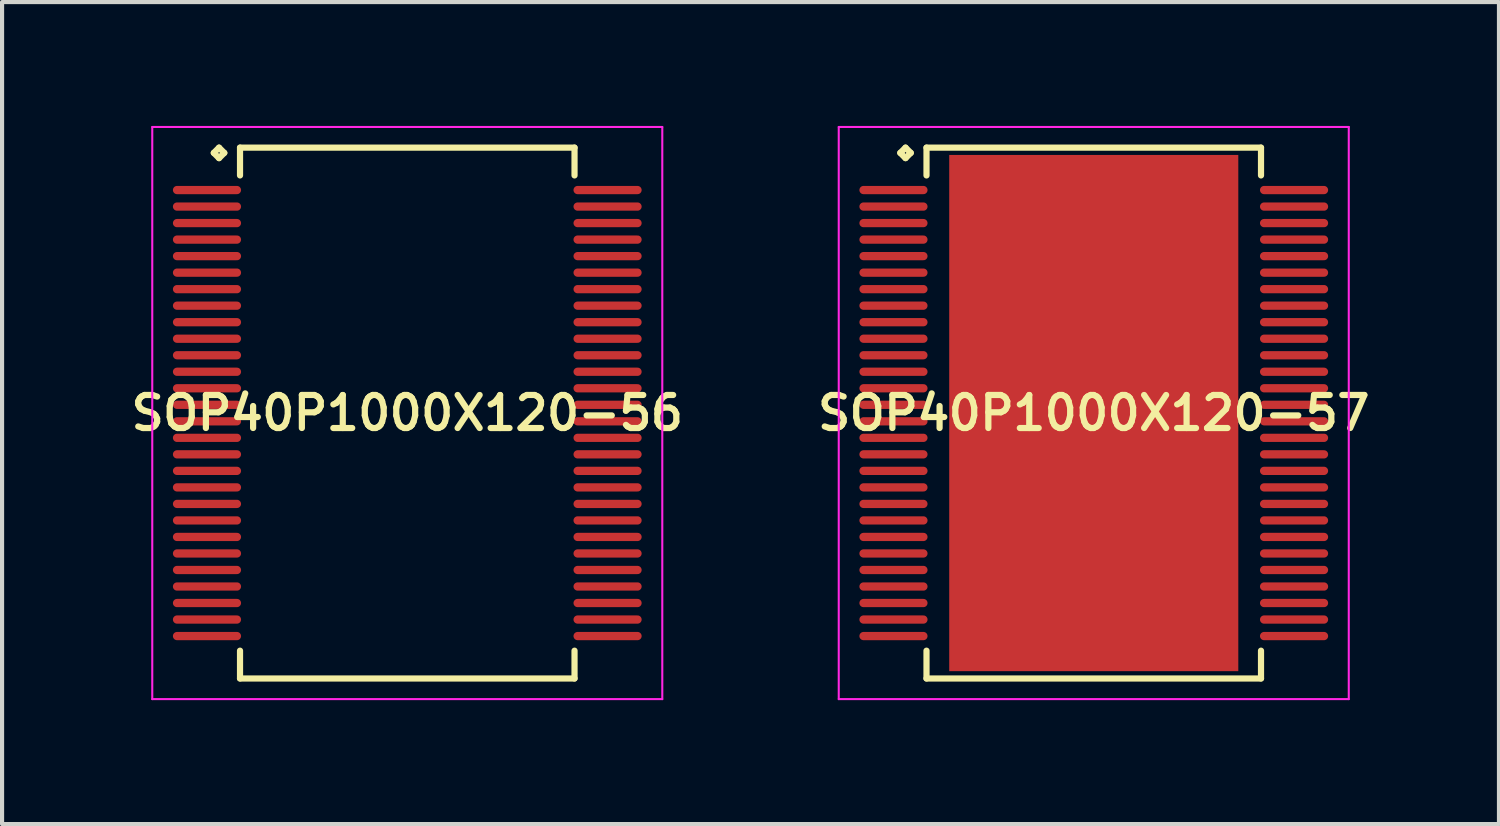
<source format=kicad_pcb>
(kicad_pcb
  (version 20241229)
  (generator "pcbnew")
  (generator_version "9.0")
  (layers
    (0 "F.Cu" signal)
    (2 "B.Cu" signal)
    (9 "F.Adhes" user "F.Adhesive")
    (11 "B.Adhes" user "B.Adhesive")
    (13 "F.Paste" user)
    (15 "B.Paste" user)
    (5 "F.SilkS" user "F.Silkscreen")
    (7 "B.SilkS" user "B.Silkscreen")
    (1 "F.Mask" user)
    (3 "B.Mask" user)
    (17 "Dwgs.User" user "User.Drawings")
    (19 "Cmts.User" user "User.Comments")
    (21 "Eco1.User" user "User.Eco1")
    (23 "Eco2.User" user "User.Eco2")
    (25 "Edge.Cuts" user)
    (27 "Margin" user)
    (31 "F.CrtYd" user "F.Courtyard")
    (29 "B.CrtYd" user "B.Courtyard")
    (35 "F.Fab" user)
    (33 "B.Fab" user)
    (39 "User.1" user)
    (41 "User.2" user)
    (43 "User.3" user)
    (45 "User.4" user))
  (footprint "SOP40P1000X120-56"
    (layer "F.Cu")
    (at 6.812 6.952)
    (property "Reference" "SOP40P1000X120-56" (at 0 0 0) (layer "F.SilkS") (effects (font (size 0.8 0.8) (thickness 0.15))))
    (attr smd)
    (fp_line (start -4.685 -6.3) (end -4.558 -6.427) (stroke (width 0.15) (type solid)) (layer "F.SilkS"))
    (fp_line (start -4.558 -6.427) (end -4.431 -6.3) (stroke (width 0.15) (type solid)) (layer "F.SilkS"))
    (fp_line (start -4.558 -6.173) (end -4.685 -6.3) (stroke (width 0.15) (type solid)) (layer "F.SilkS"))
    (fp_line (start -4.431 -6.3) (end -4.558 -6.173) (stroke (width 0.15) (type solid)) (layer "F.SilkS"))
    (fp_line (start -4.05 -6.427) (end 4.05 -6.427) (stroke (width 0.15) (type solid)) (layer "F.SilkS"))
    (fp_line (start -4.05 -5.754) (end -4.05 -6.427) (stroke (width 0.15) (type solid)) (layer "F.SilkS"))
    (fp_line (start -4.05 5.754) (end -4.05 6.427) (stroke (width 0.15) (type solid)) (layer "F.SilkS"))
    (fp_line (start -4.05 6.427) (end 4.05 6.427) (stroke (width 0.15) (type solid)) (layer "F.SilkS"))
    (fp_line (start 4.05 -6.427) (end 4.05 -5.754) (stroke (width 0.15) (type solid)) (layer "F.SilkS"))
    (fp_line (start 4.05 6.427) (end 4.05 5.754) (stroke (width 0.15) (type solid)) (layer "F.SilkS"))
    (fp_line (start -6.175 -6.927) (end 6.175 -6.927) (stroke (width 0.05) (type solid)) (layer "F.CrtYd"))
    (fp_line (start -6.175 6.927) (end -6.175 -6.927) (stroke (width 0.05) (type solid)) (layer "F.CrtYd"))
    (fp_line (start 6.175 -6.927) (end 6.175 6.927) (stroke (width 0.05) (type solid)) (layer "F.CrtYd"))
    (fp_line (start 6.175 6.927) (end -6.175 6.927) (stroke (width 0.05) (type solid)) (layer "F.CrtYd"))
    (pad "1" smd oval (at -4.85 -5.4) (size 1.65 0.2) (layers "F.Cu" "F.Mask" "F.Paste"))
    (pad "2" smd oval (at -4.85 -5) (size 1.65 0.2) (layers "F.Cu" "F.Mask" "F.Paste"))
    (pad "3" smd oval (at -4.85 -4.6) (size 1.65 0.2) (layers "F.Cu" "F.Mask" "F.Paste"))
    (pad "4" smd oval (at -4.85 -4.2) (size 1.65 0.2) (layers "F.Cu" "F.Mask" "F.Paste"))
    (pad "5" smd oval (at -4.85 -3.8) (size 1.65 0.2) (layers "F.Cu" "F.Mask" "F.Paste"))
    (pad "6" smd oval (at -4.85 -3.4) (size 1.65 0.2) (layers "F.Cu" "F.Mask" "F.Paste"))
    (pad "7" smd oval (at -4.85 -3) (size 1.65 0.2) (layers "F.Cu" "F.Mask" "F.Paste"))
    (pad "8" smd oval (at -4.85 -2.6) (size 1.65 0.2) (layers "F.Cu" "F.Mask" "F.Paste"))
    (pad "9" smd oval (at -4.85 -2.2) (size 1.65 0.2) (layers "F.Cu" "F.Mask" "F.Paste"))
    (pad "10" smd oval (at -4.85 -1.8) (size 1.65 0.2) (layers "F.Cu" "F.Mask" "F.Paste"))
    (pad "11" smd oval (at -4.85 -1.4) (size 1.65 0.2) (layers "F.Cu" "F.Mask" "F.Paste"))
    (pad "12" smd oval (at -4.85 -1) (size 1.65 0.2) (layers "F.Cu" "F.Mask" "F.Paste"))
    (pad "13" smd oval (at -4.85 -0.6) (size 1.65 0.2) (layers "F.Cu" "F.Mask" "F.Paste"))
    (pad "14" smd oval (at -4.85 -0.2) (size 1.65 0.2) (layers "F.Cu" "F.Mask" "F.Paste"))
    (pad "15" smd oval (at -4.85 0.2) (size 1.65 0.2) (layers "F.Cu" "F.Mask" "F.Paste"))
    (pad "16" smd oval (at -4.85 0.6) (size 1.65 0.2) (layers "F.Cu" "F.Mask" "F.Paste"))
    (pad "17" smd oval (at -4.85 1) (size 1.65 0.2) (layers "F.Cu" "F.Mask" "F.Paste"))
    (pad "18" smd oval (at -4.85 1.4) (size 1.65 0.2) (layers "F.Cu" "F.Mask" "F.Paste"))
    (pad "19" smd oval (at -4.85 1.8) (size 1.65 0.2) (layers "F.Cu" "F.Mask" "F.Paste"))
    (pad "20" smd oval (at -4.85 2.2) (size 1.65 0.2) (layers "F.Cu" "F.Mask" "F.Paste"))
    (pad "21" smd oval (at -4.85 2.6) (size 1.65 0.2) (layers "F.Cu" "F.Mask" "F.Paste"))
    (pad "22" smd oval (at -4.85 3) (size 1.65 0.2) (layers "F.Cu" "F.Mask" "F.Paste"))
    (pad "23" smd oval (at -4.85 3.4) (size 1.65 0.2) (layers "F.Cu" "F.Mask" "F.Paste"))
    (pad "24" smd oval (at -4.85 3.8) (size 1.65 0.2) (layers "F.Cu" "F.Mask" "F.Paste"))
    (pad "25" smd oval (at -4.85 4.2) (size 1.65 0.2) (layers "F.Cu" "F.Mask" "F.Paste"))
    (pad "26" smd oval (at -4.85 4.6) (size 1.65 0.2) (layers "F.Cu" "F.Mask" "F.Paste"))
    (pad "27" smd oval (at -4.85 5) (size 1.65 0.2) (layers "F.Cu" "F.Mask" "F.Paste"))
    (pad "28" smd oval (at -4.85 5.4) (size 1.65 0.2) (layers "F.Cu" "F.Mask" "F.Paste"))
    (pad "29" smd oval (at 4.85 5.4) (size 1.65 0.2) (layers "F.Cu" "F.Mask" "F.Paste"))
    (pad "30" smd oval (at 4.85 5) (size 1.65 0.2) (layers "F.Cu" "F.Mask" "F.Paste"))
    (pad "31" smd oval (at 4.85 4.6) (size 1.65 0.2) (layers "F.Cu" "F.Mask" "F.Paste"))
    (pad "32" smd oval (at 4.85 4.2) (size 1.65 0.2) (layers "F.Cu" "F.Mask" "F.Paste"))
    (pad "33" smd oval (at 4.85 3.8) (size 1.65 0.2) (layers "F.Cu" "F.Mask" "F.Paste"))
    (pad "34" smd oval (at 4.85 3.4) (size 1.65 0.2) (layers "F.Cu" "F.Mask" "F.Paste"))
    (pad "35" smd oval (at 4.85 3) (size 1.65 0.2) (layers "F.Cu" "F.Mask" "F.Paste"))
    (pad "36" smd oval (at 4.85 2.6) (size 1.65 0.2) (layers "F.Cu" "F.Mask" "F.Paste"))
    (pad "37" smd oval (at 4.85 2.2) (size 1.65 0.2) (layers "F.Cu" "F.Mask" "F.Paste"))
    (pad "38" smd oval (at 4.85 1.8) (size 1.65 0.2) (layers "F.Cu" "F.Mask" "F.Paste"))
    (pad "39" smd oval (at 4.85 1.4) (size 1.65 0.2) (layers "F.Cu" "F.Mask" "F.Paste"))
    (pad "40" smd oval (at 4.85 1) (size 1.65 0.2) (layers "F.Cu" "F.Mask" "F.Paste"))
    (pad "41" smd oval (at 4.85 0.6) (size 1.65 0.2) (layers "F.Cu" "F.Mask" "F.Paste"))
    (pad "42" smd oval (at 4.85 0.2) (size 1.65 0.2) (layers "F.Cu" "F.Mask" "F.Paste"))
    (pad "43" smd oval (at 4.85 -0.2) (size 1.65 0.2) (layers "F.Cu" "F.Mask" "F.Paste"))
    (pad "44" smd oval (at 4.85 -0.6) (size 1.65 0.2) (layers "F.Cu" "F.Mask" "F.Paste"))
    (pad "45" smd oval (at 4.85 -1) (size 1.65 0.2) (layers "F.Cu" "F.Mask" "F.Paste"))
    (pad "46" smd oval (at 4.85 -1.4) (size 1.65 0.2) (layers "F.Cu" "F.Mask" "F.Paste"))
    (pad "47" smd oval (at 4.85 -1.8) (size 1.65 0.2) (layers "F.Cu" "F.Mask" "F.Paste"))
    (pad "48" smd oval (at 4.85 -2.2) (size 1.65 0.2) (layers "F.Cu" "F.Mask" "F.Paste"))
    (pad "49" smd oval (at 4.85 -2.6) (size 1.65 0.2) (layers "F.Cu" "F.Mask" "F.Paste"))
    (pad "50" smd oval (at 4.85 -3) (size 1.65 0.2) (layers "F.Cu" "F.Mask" "F.Paste"))
    (pad "51" smd oval (at 4.85 -3.4) (size 1.65 0.2) (layers "F.Cu" "F.Mask" "F.Paste"))
    (pad "52" smd oval (at 4.85 -3.8) (size 1.65 0.2) (layers "F.Cu" "F.Mask" "F.Paste"))
    (pad "53" smd oval (at 4.85 -4.2) (size 1.65 0.2) (layers "F.Cu" "F.Mask" "F.Paste"))
    (pad "54" smd oval (at 4.85 -4.6) (size 1.65 0.2) (layers "F.Cu" "F.Mask" "F.Paste"))
    (pad "55" smd oval (at 4.85 -5) (size 1.65 0.2) (layers "F.Cu" "F.Mask" "F.Paste"))
    (pad "56" smd oval (at 4.85 -5.4) (size 1.65 0.2) (layers "F.Cu" "F.Mask" "F.Paste")))
  (footprint "SOP40P1000X120-57"
    (layer "F.Cu")
    (at 23.435 6.952)
    (property "Reference" "SOP40P1000X120-57" (at 0 0 0) (layer "F.SilkS") (effects (font (size 0.8 0.8) (thickness 0.15))))
    (attr smd)
    (fp_line (start -4.685 -6.3) (end -4.558 -6.427) (stroke (width 0.15) (type solid)) (layer "F.SilkS"))
    (fp_line (start -4.558 -6.427) (end -4.431 -6.3) (stroke (width 0.15) (type solid)) (layer "F.SilkS"))
    (fp_line (start -4.558 -6.173) (end -4.685 -6.3) (stroke (width 0.15) (type solid)) (layer "F.SilkS"))
    (fp_line (start -4.431 -6.3) (end -4.558 -6.173) (stroke (width 0.15) (type solid)) (layer "F.SilkS"))
    (fp_line (start -4.05 -6.427) (end 4.05 -6.427) (stroke (width 0.15) (type solid)) (layer "F.SilkS"))
    (fp_line (start -4.05 -5.754) (end -4.05 -6.427) (stroke (width 0.15) (type solid)) (layer "F.SilkS"))
    (fp_line (start -4.05 5.754) (end -4.05 6.427) (stroke (width 0.15) (type solid)) (layer "F.SilkS"))
    (fp_line (start -4.05 6.427) (end 4.05 6.427) (stroke (width 0.15) (type solid)) (layer "F.SilkS"))
    (fp_line (start 4.05 -6.427) (end 4.05 -5.754) (stroke (width 0.15) (type solid)) (layer "F.SilkS"))
    (fp_line (start 4.05 6.427) (end 4.05 5.754) (stroke (width 0.15) (type solid)) (layer "F.SilkS"))
    (fp_line (start -6.175 -6.927) (end 6.175 -6.927) (stroke (width 0.05) (type solid)) (layer "F.CrtYd"))
    (fp_line (start -6.175 6.927) (end -6.175 -6.927) (stroke (width 0.05) (type solid)) (layer "F.CrtYd"))
    (fp_line (start 6.175 -6.927) (end 6.175 6.927) (stroke (width 0.05) (type solid)) (layer "F.CrtYd"))
    (fp_line (start 6.175 6.927) (end -6.175 6.927) (stroke (width 0.05) (type solid)) (layer "F.CrtYd"))
    (pad "1" smd oval (at -4.85 -5.4) (size 1.65 0.2) (layers "F.Cu" "F.Mask" "F.Paste"))
    (pad "2" smd oval (at -4.85 -5) (size 1.65 0.2) (layers "F.Cu" "F.Mask" "F.Paste"))
    (pad "3" smd oval (at -4.85 -4.6) (size 1.65 0.2) (layers "F.Cu" "F.Mask" "F.Paste"))
    (pad "4" smd oval (at -4.85 -4.2) (size 1.65 0.2) (layers "F.Cu" "F.Mask" "F.Paste"))
    (pad "5" smd oval (at -4.85 -3.8) (size 1.65 0.2) (layers "F.Cu" "F.Mask" "F.Paste"))
    (pad "6" smd oval (at -4.85 -3.4) (size 1.65 0.2) (layers "F.Cu" "F.Mask" "F.Paste"))
    (pad "7" smd oval (at -4.85 -3) (size 1.65 0.2) (layers "F.Cu" "F.Mask" "F.Paste"))
    (pad "8" smd oval (at -4.85 -2.6) (size 1.65 0.2) (layers "F.Cu" "F.Mask" "F.Paste"))
    (pad "9" smd oval (at -4.85 -2.2) (size 1.65 0.2) (layers "F.Cu" "F.Mask" "F.Paste"))
    (pad "10" smd oval (at -4.85 -1.8) (size 1.65 0.2) (layers "F.Cu" "F.Mask" "F.Paste"))
    (pad "11" smd oval (at -4.85 -1.4) (size 1.65 0.2) (layers "F.Cu" "F.Mask" "F.Paste"))
    (pad "12" smd oval (at -4.85 -1) (size 1.65 0.2) (layers "F.Cu" "F.Mask" "F.Paste"))
    (pad "13" smd oval (at -4.85 -0.6) (size 1.65 0.2) (layers "F.Cu" "F.Mask" "F.Paste"))
    (pad "14" smd oval (at -4.85 -0.2) (size 1.65 0.2) (layers "F.Cu" "F.Mask" "F.Paste"))
    (pad "15" smd oval (at -4.85 0.2) (size 1.65 0.2) (layers "F.Cu" "F.Mask" "F.Paste"))
    (pad "16" smd oval (at -4.85 0.6) (size 1.65 0.2) (layers "F.Cu" "F.Mask" "F.Paste"))
    (pad "17" smd oval (at -4.85 1) (size 1.65 0.2) (layers "F.Cu" "F.Mask" "F.Paste"))
    (pad "18" smd oval (at -4.85 1.4) (size 1.65 0.2) (layers "F.Cu" "F.Mask" "F.Paste"))
    (pad "19" smd oval (at -4.85 1.8) (size 1.65 0.2) (layers "F.Cu" "F.Mask" "F.Paste"))
    (pad "20" smd oval (at -4.85 2.2) (size 1.65 0.2) (layers "F.Cu" "F.Mask" "F.Paste"))
    (pad "21" smd oval (at -4.85 2.6) (size 1.65 0.2) (layers "F.Cu" "F.Mask" "F.Paste"))
    (pad "22" smd oval (at -4.85 3) (size 1.65 0.2) (layers "F.Cu" "F.Mask" "F.Paste"))
    (pad "23" smd oval (at -4.85 3.4) (size 1.65 0.2) (layers "F.Cu" "F.Mask" "F.Paste"))
    (pad "24" smd oval (at -4.85 3.8) (size 1.65 0.2) (layers "F.Cu" "F.Mask" "F.Paste"))
    (pad "25" smd oval (at -4.85 4.2) (size 1.65 0.2) (layers "F.Cu" "F.Mask" "F.Paste"))
    (pad "26" smd oval (at -4.85 4.6) (size 1.65 0.2) (layers "F.Cu" "F.Mask" "F.Paste"))
    (pad "27" smd oval (at -4.85 5) (size 1.65 0.2) (layers "F.Cu" "F.Mask" "F.Paste"))
    (pad "28" smd oval (at -4.85 5.4) (size 1.65 0.2) (layers "F.Cu" "F.Mask" "F.Paste"))
    (pad "29" smd oval (at 4.85 5.4) (size 1.65 0.2) (layers "F.Cu" "F.Mask" "F.Paste"))
    (pad "30" smd oval (at 4.85 5) (size 1.65 0.2) (layers "F.Cu" "F.Mask" "F.Paste"))
    (pad "31" smd oval (at 4.85 4.6) (size 1.65 0.2) (layers "F.Cu" "F.Mask" "F.Paste"))
    (pad "32" smd oval (at 4.85 4.2) (size 1.65 0.2) (layers "F.Cu" "F.Mask" "F.Paste"))
    (pad "33" smd oval (at 4.85 3.8) (size 1.65 0.2) (layers "F.Cu" "F.Mask" "F.Paste"))
    (pad "34" smd oval (at 4.85 3.4) (size 1.65 0.2) (layers "F.Cu" "F.Mask" "F.Paste"))
    (pad "35" smd oval (at 4.85 3) (size 1.65 0.2) (layers "F.Cu" "F.Mask" "F.Paste"))
    (pad "36" smd oval (at 4.85 2.6) (size 1.65 0.2) (layers "F.Cu" "F.Mask" "F.Paste"))
    (pad "37" smd oval (at 4.85 2.2) (size 1.65 0.2) (layers "F.Cu" "F.Mask" "F.Paste"))
    (pad "38" smd oval (at 4.85 1.8) (size 1.65 0.2) (layers "F.Cu" "F.Mask" "F.Paste"))
    (pad "39" smd oval (at 4.85 1.4) (size 1.65 0.2) (layers "F.Cu" "F.Mask" "F.Paste"))
    (pad "40" smd oval (at 4.85 1) (size 1.65 0.2) (layers "F.Cu" "F.Mask" "F.Paste"))
    (pad "41" smd oval (at 4.85 0.6) (size 1.65 0.2) (layers "F.Cu" "F.Mask" "F.Paste"))
    (pad "42" smd oval (at 4.85 0.2) (size 1.65 0.2) (layers "F.Cu" "F.Mask" "F.Paste"))
    (pad "43" smd oval (at 4.85 -0.2) (size 1.65 0.2) (layers "F.Cu" "F.Mask" "F.Paste"))
    (pad "44" smd oval (at 4.85 -0.6) (size 1.65 0.2) (layers "F.Cu" "F.Mask" "F.Paste"))
    (pad "45" smd oval (at 4.85 -1) (size 1.65 0.2) (layers "F.Cu" "F.Mask" "F.Paste"))
    (pad "46" smd oval (at 4.85 -1.4) (size 1.65 0.2) (layers "F.Cu" "F.Mask" "F.Paste"))
    (pad "47" smd oval (at 4.85 -1.8) (size 1.65 0.2) (layers "F.Cu" "F.Mask" "F.Paste"))
    (pad "48" smd oval (at 4.85 -2.2) (size 1.65 0.2) (layers "F.Cu" "F.Mask" "F.Paste"))
    (pad "49" smd oval (at 4.85 -2.6) (size 1.65 0.2) (layers "F.Cu" "F.Mask" "F.Paste"))
    (pad "50" smd oval (at 4.85 -3) (size 1.65 0.2) (layers "F.Cu" "F.Mask" "F.Paste"))
    (pad "51" smd oval (at 4.85 -3.4) (size 1.65 0.2) (layers "F.Cu" "F.Mask" "F.Paste"))
    (pad "52" smd oval (at 4.85 -3.8) (size 1.65 0.2) (layers "F.Cu" "F.Mask" "F.Paste"))
    (pad "53" smd oval (at 4.85 -4.2) (size 1.65 0.2) (layers "F.Cu" "F.Mask" "F.Paste"))
    (pad "54" smd oval (at 4.85 -4.6) (size 1.65 0.2) (layers "F.Cu" "F.Mask" "F.Paste"))
    (pad "55" smd oval (at 4.85 -5) (size 1.65 0.2) (layers "F.Cu" "F.Mask" "F.Paste"))
    (pad "56" smd oval (at 4.85 -5.4) (size 1.65 0.2) (layers "F.Cu" "F.Mask" "F.Paste"))
    (pad "57" smd rect (at 0 0) (size 7 12.5) (layers "F.Cu" "F.Mask" "F.Paste")))
  (gr_rect
    (start -3 -3)
    (end 33.247 16.904)
    (stroke (width 0.1) (type default))
    (fill no)
    (layer "Edge.Cuts")))
</source>
